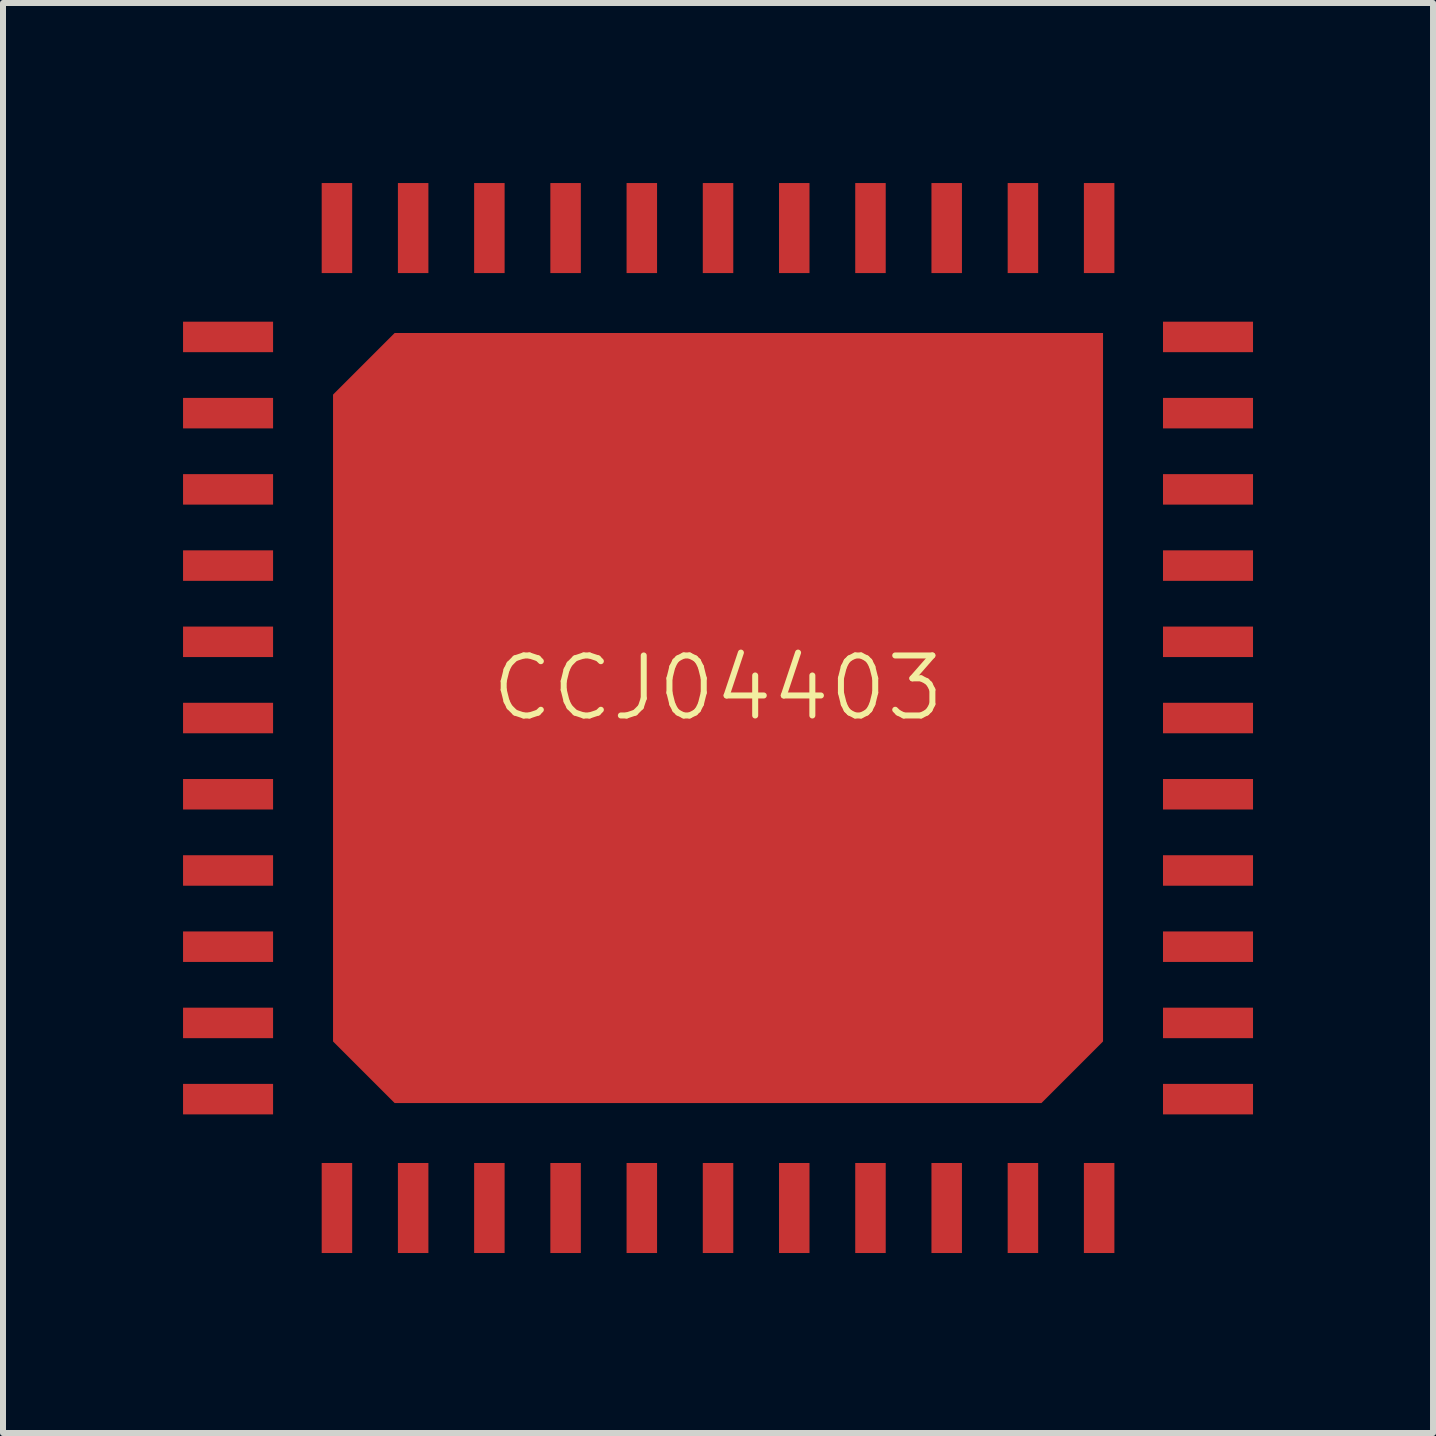
<source format=kicad_pcb>
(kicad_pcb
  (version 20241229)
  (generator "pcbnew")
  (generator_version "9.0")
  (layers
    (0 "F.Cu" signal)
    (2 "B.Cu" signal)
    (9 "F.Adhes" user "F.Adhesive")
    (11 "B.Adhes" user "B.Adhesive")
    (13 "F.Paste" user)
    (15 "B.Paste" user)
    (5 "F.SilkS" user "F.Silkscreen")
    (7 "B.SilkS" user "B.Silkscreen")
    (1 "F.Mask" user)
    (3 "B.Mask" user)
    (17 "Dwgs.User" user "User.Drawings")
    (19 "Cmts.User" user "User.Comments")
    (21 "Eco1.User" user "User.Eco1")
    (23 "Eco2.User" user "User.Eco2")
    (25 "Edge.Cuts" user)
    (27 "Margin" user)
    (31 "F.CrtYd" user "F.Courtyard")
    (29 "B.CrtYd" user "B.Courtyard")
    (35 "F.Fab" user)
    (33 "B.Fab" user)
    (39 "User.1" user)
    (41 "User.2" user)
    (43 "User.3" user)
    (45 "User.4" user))
  (footprint "CCJ04403"
    (layer "F.Cu")
    (at 8.914 8.914)
    (property "Reference" "CCJ04403" (at 0 -0.5 0) (unlocked yes) (layer "F.SilkS") (effects (font (size 1 1) (thickness 0.1))))
    (attr smd)
    (pad "0" smd rect (at -8.164 -6.35) (size 1.5 0.508) (layers "F.Cu" "F.Mask" "F.Paste"))
    (pad "0" smd rect (at -8.164 5.08) (size 1.5 0.508) (layers "F.Cu" "F.Mask" "F.Paste"))
    (pad "0" smd rect (at -8.164 6.35) (size 1.5 0.508) (layers "F.Cu" "F.Mask" "F.Paste"))
    (pad "0" smd rect (at -6.35 -8.164) (size 0.508 1.5) (layers "F.Cu" "F.Mask" "F.Paste"))
    (pad "0" smd rect (at -6.35 8.164) (size 0.508 1.5) (layers "F.Cu" "F.Mask" "F.Paste"))
    (pad "0" smd rect (at -5.08 -8.164) (size 0.508 1.5) (layers "F.Cu" "F.Mask" "F.Paste"))
    (pad "0" smd roundrect (at 0 0) (size 12.83 12.83) (layers "F.Cu" "F.Mask" "F.Paste") (roundrect_rratio 0) (chamfer_ratio 0.08) (chamfer top_left bottom_left bottom_right))
    (pad "0" smd rect (at 5.08 8.164) (size 0.508 1.5) (layers "F.Cu" "F.Mask" "F.Paste"))
    (pad "0" smd rect (at 6.35 -8.164) (size 0.508 1.5) (layers "F.Cu" "F.Mask" "F.Paste"))
    (pad "0" smd rect (at 6.35 8.164) (size 0.508 1.5) (layers "F.Cu" "F.Mask" "F.Paste"))
    (pad "0" smd rect (at 8.164 -6.35) (size 1.5 0.508) (layers "F.Cu" "F.Mask" "F.Paste"))
    (pad "0" smd rect (at 8.164 -5.08) (size 1.5 0.508) (layers "F.Cu" "F.Mask" "F.Paste"))
    (pad "0" smd rect (at 8.164 6.35) (size 1.5 0.508) (layers "F.Cu" "F.Mask" "F.Paste"))
    (pad "1" smd rect (at 8.164 -3.81) (size 1.5 0.508) (layers "F.Cu" "F.Mask" "F.Paste"))
    (pad "2" smd rect (at 8.164 -2.54) (size 1.5 0.508) (layers "F.Cu" "F.Mask" "F.Paste"))
    (pad "3" smd rect (at 8.164 -1.27) (size 1.5 0.508) (layers "F.Cu" "F.Mask" "F.Paste"))
    (pad "4" smd rect (at 8.164 0) (size 1.5 0.508) (layers "F.Cu" "F.Mask" "F.Paste"))
    (pad "5" smd rect (at 8.164 1.27) (size 1.5 0.508) (layers "F.Cu" "F.Mask" "F.Paste"))
    (pad "6" smd rect (at 8.164 2.54) (size 1.5 0.508) (layers "F.Cu" "F.Mask" "F.Paste"))
    (pad "7" smd rect (at 8.164 3.81) (size 1.5 0.508) (layers "F.Cu" "F.Mask" "F.Paste"))
    (pad "8" smd rect (at 8.164 5.08) (size 1.5 0.508) (layers "F.Cu" "F.Mask" "F.Paste"))
    (pad "9" smd rect (at 3.81 8.164) (size 0.508 1.5) (layers "F.Cu" "F.Mask" "F.Paste"))
    (pad "10" smd rect (at 2.54 8.164) (size 0.508 1.5) (layers "F.Cu" "F.Mask" "F.Paste"))
    (pad "11" smd rect (at 1.27 8.164) (size 0.508 1.5) (layers "F.Cu" "F.Mask" "F.Paste"))
    (pad "12" smd rect (at 0 8.164) (size 0.508 1.5) (layers "F.Cu" "F.Mask" "F.Paste"))
    (pad "13" smd rect (at -1.27 8.164) (size 0.508 1.5) (layers "F.Cu" "F.Mask" "F.Paste"))
    (pad "14" smd rect (at -2.54 8.164) (size 0.508 1.5) (layers "F.Cu" "F.Mask" "F.Paste"))
    (pad "15" smd rect (at -3.81 8.164) (size 0.508 1.5) (layers "F.Cu" "F.Mask" "F.Paste"))
    (pad "16" smd rect (at -5.08 8.164) (size 0.508 1.5) (layers "F.Cu" "F.Mask" "F.Paste"))
    (pad "17" smd rect (at -8.164 3.81) (size 1.5 0.508) (layers "F.Cu" "F.Mask" "F.Paste"))
    (pad "18" smd rect (at -8.164 2.54) (size 1.5 0.508) (layers "F.Cu" "F.Mask" "F.Paste"))
    (pad "19" smd rect (at -8.164 1.27) (size 1.5 0.508) (layers "F.Cu" "F.Mask" "F.Paste"))
    (pad "20" smd rect (at -8.164 0) (size 1.5 0.508) (layers "F.Cu" "F.Mask" "F.Paste"))
    (pad "21" smd rect (at -8.164 -1.27) (size 1.5 0.508) (layers "F.Cu" "F.Mask" "F.Paste"))
    (pad "22" smd rect (at -8.164 -2.54) (size 1.5 0.508) (layers "F.Cu" "F.Mask" "F.Paste"))
    (pad "23" smd rect (at -8.164 -3.81) (size 1.5 0.508) (layers "F.Cu" "F.Mask" "F.Paste"))
    (pad "24" smd rect (at -8.164 -5.08) (size 1.5 0.508) (layers "F.Cu" "F.Mask" "F.Paste"))
    (pad "25" smd rect (at -3.81 -8.164) (size 0.508 1.5) (layers "F.Cu" "F.Mask" "F.Paste"))
    (pad "26" smd rect (at -2.54 -8.164) (size 0.508 1.5) (layers "F.Cu" "F.Mask" "F.Paste"))
    (pad "27" smd rect (at -1.27 -8.164) (size 0.508 1.5) (layers "F.Cu" "F.Mask" "F.Paste"))
    (pad "28" smd rect (at 0 -8.164) (size 0.508 1.5) (layers "F.Cu" "F.Mask" "F.Paste"))
    (pad "29" smd rect (at 1.27 -8.164) (size 0.508 1.5) (layers "F.Cu" "F.Mask" "F.Paste"))
    (pad "30" smd rect (at 2.54 -8.164) (size 0.508 1.5) (layers "F.Cu" "F.Mask" "F.Paste"))
    (pad "31" smd rect (at 3.81 -8.164) (size 0.508 1.5) (layers "F.Cu" "F.Mask" "F.Paste"))
    (pad "32" smd rect (at 5.08 -8.164) (size 0.508 1.5) (layers "F.Cu" "F.Mask" "F.Paste")))
  (gr_rect
    (start -3 -3)
    (end 20.827 20.827)
    (stroke (width 0.1) (type default))
    (fill no)
    (layer "Edge.Cuts")))
</source>
